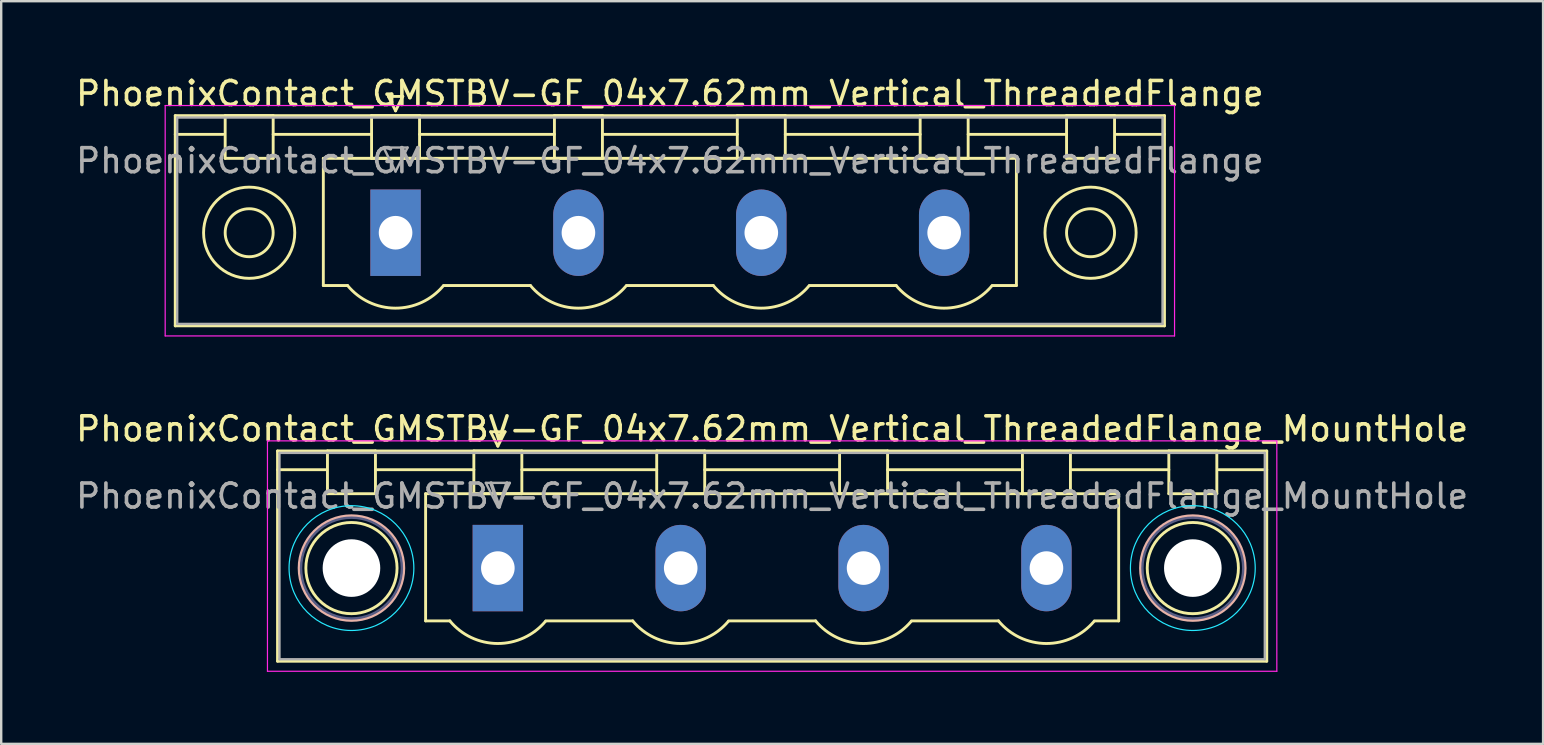
<source format=kicad_pcb>
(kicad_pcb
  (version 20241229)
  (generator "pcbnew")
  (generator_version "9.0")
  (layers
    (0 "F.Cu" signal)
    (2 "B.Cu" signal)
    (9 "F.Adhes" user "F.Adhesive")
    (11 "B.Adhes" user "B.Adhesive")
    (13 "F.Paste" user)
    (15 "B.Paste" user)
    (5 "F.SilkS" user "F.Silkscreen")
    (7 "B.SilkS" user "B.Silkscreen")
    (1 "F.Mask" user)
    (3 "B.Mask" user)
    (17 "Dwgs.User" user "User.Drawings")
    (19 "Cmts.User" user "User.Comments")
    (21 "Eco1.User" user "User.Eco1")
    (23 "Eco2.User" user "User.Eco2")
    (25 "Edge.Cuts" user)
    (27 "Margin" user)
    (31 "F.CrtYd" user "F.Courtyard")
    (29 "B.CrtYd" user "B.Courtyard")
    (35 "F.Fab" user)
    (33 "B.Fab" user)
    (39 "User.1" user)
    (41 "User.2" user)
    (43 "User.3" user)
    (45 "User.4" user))
  (footprint "PhoenixContact_GMSTBV-GF_04x7.62mm_Vertical_ThreadedFlange"
    (layer "F.Cu")
    (at 13.433 6.648)
    (property "Reference" "PhoenixContact_GMSTBV-GF_04x7.62mm_Vertical_ThreadedFlange" (at 11.43 -5.8 0) (layer "F.SilkS") (effects (font (size 1 1) (thickness 0.15))))
    (attr through_hole)
    (fp_line (start -9.18 -4.88) (end -9.18 3.88) (stroke (width 0.12) (type solid)) (layer "F.SilkS"))
    (fp_line (start -9.18 -4.1) (end -7.18 -4.1) (stroke (width 0.12) (type solid)) (layer "F.SilkS"))
    (fp_line (start -9.18 3.88) (end 32.04 3.88) (stroke (width 0.12) (type solid)) (layer "F.SilkS"))
    (fp_line (start -7.1 -4.88) (end -5.1 -4.88) (stroke (width 0.12) (type solid)) (layer "F.SilkS"))
    (fp_line (start -7.1 -3.1) (end -7.1 -4.88) (stroke (width 0.12) (type solid)) (layer "F.SilkS"))
    (fp_line (start -5.1 -4.88) (end -5.1 -3.1) (stroke (width 0.12) (type solid)) (layer "F.SilkS"))
    (fp_line (start -5.1 -4.1) (end -1 -4.1) (stroke (width 0.12) (type solid)) (layer "F.SilkS"))
    (fp_line (start -5.1 -3.1) (end -7.1 -3.1) (stroke (width 0.12) (type solid)) (layer "F.SilkS"))
    (fp_line (start -3.01 -3.1) (end 25.87 -3.1) (stroke (width 0.12) (type solid)) (layer "F.SilkS"))
    (fp_line (start -3.01 2.2) (end -3.01 -3.1) (stroke (width 0.12) (type solid)) (layer "F.SilkS"))
    (fp_line (start -2 2.2) (end -3.01 2.2) (stroke (width 0.12) (type solid)) (layer "F.SilkS"))
    (fp_line (start -1 -4.88) (end 1 -4.88) (stroke (width 0.12) (type solid)) (layer "F.SilkS"))
    (fp_line (start -1 -3.1) (end -1 -4.88) (stroke (width 0.12) (type solid)) (layer "F.SilkS"))
    (fp_line (start -0.3 -5.68) (end 0.3 -5.68) (stroke (width 0.12) (type solid)) (layer "F.SilkS"))
    (fp_line (start 0 -5.08) (end -0.3 -5.68) (stroke (width 0.12) (type solid)) (layer "F.SilkS"))
    (fp_line (start 0.3 -5.68) (end 0 -5.08) (stroke (width 0.12) (type solid)) (layer "F.SilkS"))
    (fp_line (start 1 -4.88) (end 1 -3.1) (stroke (width 0.12) (type solid)) (layer "F.SilkS"))
    (fp_line (start 1 -4.1) (end 6.62 -4.1) (stroke (width 0.12) (type solid)) (layer "F.SilkS"))
    (fp_line (start 1 -3.1) (end -1 -3.1) (stroke (width 0.12) (type solid)) (layer "F.SilkS"))
    (fp_line (start 2 2.2) (end 5.62 2.2) (stroke (width 0.12) (type solid)) (layer "F.SilkS"))
    (fp_line (start 6.62 -4.88) (end 8.62 -4.88) (stroke (width 0.12) (type solid)) (layer "F.SilkS"))
    (fp_line (start 6.62 -3.1) (end 6.62 -4.88) (stroke (width 0.12) (type solid)) (layer "F.SilkS"))
    (fp_line (start 8.62 -4.88) (end 8.62 -3.1) (stroke (width 0.12) (type solid)) (layer "F.SilkS"))
    (fp_line (start 8.62 -4.1) (end 14.24 -4.1) (stroke (width 0.12) (type solid)) (layer "F.SilkS"))
    (fp_line (start 8.62 -3.1) (end 6.62 -3.1) (stroke (width 0.12) (type solid)) (layer "F.SilkS"))
    (fp_line (start 9.62 2.2) (end 13.24 2.2) (stroke (width 0.12) (type solid)) (layer "F.SilkS"))
    (fp_line (start 14.24 -4.88) (end 16.24 -4.88) (stroke (width 0.12) (type solid)) (layer "F.SilkS"))
    (fp_line (start 14.24 -3.1) (end 14.24 -4.88) (stroke (width 0.12) (type solid)) (layer "F.SilkS"))
    (fp_line (start 16.24 -4.88) (end 16.24 -3.1) (stroke (width 0.12) (type solid)) (layer "F.SilkS"))
    (fp_line (start 16.24 -4.1) (end 21.86 -4.1) (stroke (width 0.12) (type solid)) (layer "F.SilkS"))
    (fp_line (start 16.24 -3.1) (end 14.24 -3.1) (stroke (width 0.12) (type solid)) (layer "F.SilkS"))
    (fp_line (start 17.24 2.2) (end 20.86 2.2) (stroke (width 0.12) (type solid)) (layer "F.SilkS"))
    (fp_line (start 21.86 -4.88) (end 23.86 -4.88) (stroke (width 0.12) (type solid)) (layer "F.SilkS"))
    (fp_line (start 21.86 -3.1) (end 21.86 -4.88) (stroke (width 0.12) (type solid)) (layer "F.SilkS"))
    (fp_line (start 23.86 -4.88) (end 23.86 -3.1) (stroke (width 0.12) (type solid)) (layer "F.SilkS"))
    (fp_line (start 23.86 -4.1) (end 27.96 -4.1) (stroke (width 0.12) (type solid)) (layer "F.SilkS"))
    (fp_line (start 23.86 -3.1) (end 21.86 -3.1) (stroke (width 0.12) (type solid)) (layer "F.SilkS"))
    (fp_line (start 25.87 -3.1) (end 25.87 2.2) (stroke (width 0.12) (type solid)) (layer "F.SilkS"))
    (fp_line (start 25.87 2.2) (end 24.86 2.2) (stroke (width 0.12) (type solid)) (layer "F.SilkS"))
    (fp_line (start 27.96 -4.88) (end 29.96 -4.88) (stroke (width 0.12) (type solid)) (layer "F.SilkS"))
    (fp_line (start 27.96 -3.1) (end 27.96 -4.88) (stroke (width 0.12) (type solid)) (layer "F.SilkS"))
    (fp_line (start 29.96 -4.88) (end 29.96 -3.1) (stroke (width 0.12) (type solid)) (layer "F.SilkS"))
    (fp_line (start 29.96 -3.1) (end 27.96 -3.1) (stroke (width 0.12) (type solid)) (layer "F.SilkS"))
    (fp_line (start 32.04 -4.88) (end -9.18 -4.88) (stroke (width 0.12) (type solid)) (layer "F.SilkS"))
    (fp_line (start 32.04 -4.1) (end 30.04 -4.1) (stroke (width 0.12) (type solid)) (layer "F.SilkS"))
    (fp_line (start 32.04 3.88) (end 32.04 -4.88) (stroke (width 0.12) (type solid)) (layer "F.SilkS"))
    (fp_arc (start 1.986842 2.215821) (mid -0.010289 3.142758) (end -2 2.2) (stroke (width 0.12) (type solid)) (layer "F.SilkS"))
    (fp_arc (start 9.606842 2.215821) (mid 7.609711 3.142758) (end 5.62 2.2) (stroke (width 0.12) (type solid)) (layer "F.SilkS"))
    (fp_arc (start 17.226842 2.215821) (mid 15.229711 3.142758) (end 13.24 2.2) (stroke (width 0.12) (type solid)) (layer "F.SilkS"))
    (fp_arc (start 24.846842 2.215821) (mid 22.849711 3.142758) (end 20.86 2.2) (stroke (width 0.12) (type solid)) (layer "F.SilkS"))
    (fp_circle (center -6.1 0) (end -5.1 0) (stroke (width 0.12) (type solid)) (fill no) (layer "F.SilkS"))
    (fp_circle (center -6.1 0) (end -4.2 0) (stroke (width 0.12) (type solid)) (fill no) (layer "F.SilkS"))
    (fp_circle (center 28.96 0) (end 29.96 0) (stroke (width 0.12) (type solid)) (fill no) (layer "F.SilkS"))
    (fp_circle (center 28.96 0) (end 30.86 0) (stroke (width 0.12) (type solid)) (fill no) (layer "F.SilkS"))
    (fp_line (start -9.6 -5.3) (end -9.6 4.3) (stroke (width 0.05) (type solid)) (layer "F.CrtYd"))
    (fp_line (start -9.6 4.3) (end 32.46 4.3) (stroke (width 0.05) (type solid)) (layer "F.CrtYd"))
    (fp_line (start 32.46 -5.3) (end -9.6 -5.3) (stroke (width 0.05) (type solid)) (layer "F.CrtYd"))
    (fp_line (start 32.46 4.3) (end 32.46 -5.3) (stroke (width 0.05) (type solid)) (layer "F.CrtYd"))
    (fp_line (start -9.1 -4.8) (end -9.1 3.8) (stroke (width 0.1) (type solid)) (layer "F.Fab"))
    (fp_line (start -9.1 3.8) (end 31.96 3.8) (stroke (width 0.1) (type solid)) (layer "F.Fab"))
    (fp_line (start -0.5 -3.55) (end 0.5 -3.55) (stroke (width 0.1) (type solid)) (layer "F.Fab"))
    (fp_line (start 0 -2.55) (end -0.5 -3.55) (stroke (width 0.1) (type solid)) (layer "F.Fab"))
    (fp_line (start 0.5 -3.55) (end 0 -2.55) (stroke (width 0.1) (type solid)) (layer "F.Fab"))
    (fp_line (start 31.96 -4.8) (end -9.1 -4.8) (stroke (width 0.1) (type solid)) (layer "F.Fab"))
    (fp_line (start 31.96 3.8) (end 31.96 -4.8) (stroke (width 0.1) (type solid)) (layer "F.Fab"))
    (fp_text user "${REFERENCE}" (at 11.43 -3 0) (layer "F.Fab") (effects (font (size 1 1) (thickness 0.15))))
    (pad "1" thru_hole rect (at 0 0) (size 2.1 3.6) (drill 1.4) (layers "*.Cu" "*.Mask"))
    (pad "2" thru_hole oval (at 7.62 0) (size 2.1 3.6) (drill 1.4) (layers "*.Cu" "*.Mask"))
    (pad "3" thru_hole oval (at 15.24 0) (size 2.1 3.6) (drill 1.4) (layers "*.Cu" "*.Mask"))
    (pad "4" thru_hole oval (at 22.86 0) (size 2.1 3.6) (drill 1.4) (layers "*.Cu" "*.Mask")))
  (footprint "PhoenixContact_GMSTBV-GF_04x7.62mm_Vertical_ThreadedFlange_MountHole"
    (layer "F.Cu")
    (at 17.695 20.622)
    (property "Reference" "PhoenixContact_GMSTBV-GF_04x7.62mm_Vertical_ThreadedFlange_MountHole" (at 11.43 -5.8 0) (layer "F.SilkS") (effects (font (size 1 1) (thickness 0.15))))
    (attr through_hole)
    (fp_line (start -9.18 -4.88) (end -9.18 3.88) (stroke (width 0.12) (type solid)) (layer "F.SilkS"))
    (fp_line (start -9.18 -4.1) (end -7.18 -4.1) (stroke (width 0.12) (type solid)) (layer "F.SilkS"))
    (fp_line (start -9.18 3.88) (end 32.04 3.88) (stroke (width 0.12) (type solid)) (layer "F.SilkS"))
    (fp_line (start -7.1 -4.88) (end -5.1 -4.88) (stroke (width 0.12) (type solid)) (layer "F.SilkS"))
    (fp_line (start -7.1 -3.1) (end -7.1 -4.88) (stroke (width 0.12) (type solid)) (layer "F.SilkS"))
    (fp_line (start -5.1 -4.88) (end -5.1 -3.1) (stroke (width 0.12) (type solid)) (layer "F.SilkS"))
    (fp_line (start -5.1 -4.1) (end -1 -4.1) (stroke (width 0.12) (type solid)) (layer "F.SilkS"))
    (fp_line (start -5.1 -3.1) (end -7.1 -3.1) (stroke (width 0.12) (type solid)) (layer "F.SilkS"))
    (fp_line (start -3.01 -3.1) (end 25.87 -3.1) (stroke (width 0.12) (type solid)) (layer "F.SilkS"))
    (fp_line (start -3.01 2.2) (end -3.01 -3.1) (stroke (width 0.12) (type solid)) (layer "F.SilkS"))
    (fp_line (start -2 2.2) (end -3.01 2.2) (stroke (width 0.12) (type solid)) (layer "F.SilkS"))
    (fp_line (start -1 -4.88) (end 1 -4.88) (stroke (width 0.12) (type solid)) (layer "F.SilkS"))
    (fp_line (start -1 -3.1) (end -1 -4.88) (stroke (width 0.12) (type solid)) (layer "F.SilkS"))
    (fp_line (start -0.3 -5.68) (end 0.3 -5.68) (stroke (width 0.12) (type solid)) (layer "F.SilkS"))
    (fp_line (start 0 -5.08) (end -0.3 -5.68) (stroke (width 0.12) (type solid)) (layer "F.SilkS"))
    (fp_line (start 0.3 -5.68) (end 0 -5.08) (stroke (width 0.12) (type solid)) (layer "F.SilkS"))
    (fp_line (start 1 -4.88) (end 1 -3.1) (stroke (width 0.12) (type solid)) (layer "F.SilkS"))
    (fp_line (start 1 -4.1) (end 6.62 -4.1) (stroke (width 0.12) (type solid)) (layer "F.SilkS"))
    (fp_line (start 1 -3.1) (end -1 -3.1) (stroke (width 0.12) (type solid)) (layer "F.SilkS"))
    (fp_line (start 2 2.2) (end 5.62 2.2) (stroke (width 0.12) (type solid)) (layer "F.SilkS"))
    (fp_line (start 6.62 -4.88) (end 8.62 -4.88) (stroke (width 0.12) (type solid)) (layer "F.SilkS"))
    (fp_line (start 6.62 -3.1) (end 6.62 -4.88) (stroke (width 0.12) (type solid)) (layer "F.SilkS"))
    (fp_line (start 8.62 -4.88) (end 8.62 -3.1) (stroke (width 0.12) (type solid)) (layer "F.SilkS"))
    (fp_line (start 8.62 -4.1) (end 14.24 -4.1) (stroke (width 0.12) (type solid)) (layer "F.SilkS"))
    (fp_line (start 8.62 -3.1) (end 6.62 -3.1) (stroke (width 0.12) (type solid)) (layer "F.SilkS"))
    (fp_line (start 9.62 2.2) (end 13.24 2.2) (stroke (width 0.12) (type solid)) (layer "F.SilkS"))
    (fp_line (start 14.24 -4.88) (end 16.24 -4.88) (stroke (width 0.12) (type solid)) (layer "F.SilkS"))
    (fp_line (start 14.24 -3.1) (end 14.24 -4.88) (stroke (width 0.12) (type solid)) (layer "F.SilkS"))
    (fp_line (start 16.24 -4.88) (end 16.24 -3.1) (stroke (width 0.12) (type solid)) (layer "F.SilkS"))
    (fp_line (start 16.24 -4.1) (end 21.86 -4.1) (stroke (width 0.12) (type solid)) (layer "F.SilkS"))
    (fp_line (start 16.24 -3.1) (end 14.24 -3.1) (stroke (width 0.12) (type solid)) (layer "F.SilkS"))
    (fp_line (start 17.24 2.2) (end 20.86 2.2) (stroke (width 0.12) (type solid)) (layer "F.SilkS"))
    (fp_line (start 21.86 -4.88) (end 23.86 -4.88) (stroke (width 0.12) (type solid)) (layer "F.SilkS"))
    (fp_line (start 21.86 -3.1) (end 21.86 -4.88) (stroke (width 0.12) (type solid)) (layer "F.SilkS"))
    (fp_line (start 23.86 -4.88) (end 23.86 -3.1) (stroke (width 0.12) (type solid)) (layer "F.SilkS"))
    (fp_line (start 23.86 -4.1) (end 27.96 -4.1) (stroke (width 0.12) (type solid)) (layer "F.SilkS"))
    (fp_line (start 23.86 -3.1) (end 21.86 -3.1) (stroke (width 0.12) (type solid)) (layer "F.SilkS"))
    (fp_line (start 25.87 -3.1) (end 25.87 2.2) (stroke (width 0.12) (type solid)) (layer "F.SilkS"))
    (fp_line (start 25.87 2.2) (end 24.86 2.2) (stroke (width 0.12) (type solid)) (layer "F.SilkS"))
    (fp_line (start 27.96 -4.88) (end 29.96 -4.88) (stroke (width 0.12) (type solid)) (layer "F.SilkS"))
    (fp_line (start 27.96 -3.1) (end 27.96 -4.88) (stroke (width 0.12) (type solid)) (layer "F.SilkS"))
    (fp_line (start 29.96 -4.88) (end 29.96 -3.1) (stroke (width 0.12) (type solid)) (layer "F.SilkS"))
    (fp_line (start 29.96 -3.1) (end 27.96 -3.1) (stroke (width 0.12) (type solid)) (layer "F.SilkS"))
    (fp_line (start 32.04 -4.88) (end -9.18 -4.88) (stroke (width 0.12) (type solid)) (layer "F.SilkS"))
    (fp_line (start 32.04 -4.1) (end 30.04 -4.1) (stroke (width 0.12) (type solid)) (layer "F.SilkS"))
    (fp_line (start 32.04 3.88) (end 32.04 -4.88) (stroke (width 0.12) (type solid)) (layer "F.SilkS"))
    (fp_arc (start 1.986842 2.215821) (mid -0.010289 3.142758) (end -2 2.2) (stroke (width 0.12) (type solid)) (layer "F.SilkS"))
    (fp_arc (start 9.606842 2.215821) (mid 7.609711 3.142758) (end 5.62 2.2) (stroke (width 0.12) (type solid)) (layer "F.SilkS"))
    (fp_arc (start 17.226842 2.215821) (mid 15.229711 3.142758) (end 13.24 2.2) (stroke (width 0.12) (type solid)) (layer "F.SilkS"))
    (fp_arc (start 24.846842 2.215821) (mid 22.849711 3.142758) (end 20.86 2.2) (stroke (width 0.12) (type solid)) (layer "F.SilkS"))
    (fp_circle (center -6.1 0) (end -4.2 0) (stroke (width 0.12) (type solid)) (fill no) (layer "F.SilkS"))
    (fp_circle (center 28.96 0) (end 30.86 0) (stroke (width 0.12) (type solid)) (fill no) (layer "F.SilkS"))
    (fp_circle (center -6.1 0) (end -3.92 0) (stroke (width 0.12) (type solid)) (fill no) (layer "B.SilkS"))
    (fp_circle (center 28.96 0) (end 31.14 0) (stroke (width 0.12) (type solid)) (fill no) (layer "B.SilkS"))
    (fp_circle (center -6.1 0) (end -3.5 0) (stroke (width 0.05) (type solid)) (fill no) (layer "B.CrtYd"))
    (fp_circle (center 28.96 0) (end 31.56 0) (stroke (width 0.05) (type solid)) (fill no) (layer "B.CrtYd"))
    (fp_line (start -9.6 -5.3) (end -9.6 4.3) (stroke (width 0.05) (type solid)) (layer "F.CrtYd"))
    (fp_line (start -9.6 4.3) (end 32.46 4.3) (stroke (width 0.05) (type solid)) (layer "F.CrtYd"))
    (fp_line (start 32.46 -5.3) (end -9.6 -5.3) (stroke (width 0.05) (type solid)) (layer "F.CrtYd"))
    (fp_line (start 32.46 4.3) (end 32.46 -5.3) (stroke (width 0.05) (type solid)) (layer "F.CrtYd"))
    (fp_circle (center -6.1 0) (end -4 0) (stroke (width 0.1) (type solid)) (fill no) (layer "B.Fab"))
    (fp_circle (center 28.96 0) (end 31.06 0) (stroke (width 0.1) (type solid)) (fill no) (layer "B.Fab"))
    (fp_line (start -9.1 -4.8) (end -9.1 3.8) (stroke (width 0.1) (type solid)) (layer "F.Fab"))
    (fp_line (start -9.1 3.8) (end 31.96 3.8) (stroke (width 0.1) (type solid)) (layer "F.Fab"))
    (fp_line (start -0.5 -3.55) (end 0.5 -3.55) (stroke (width 0.1) (type solid)) (layer "F.Fab"))
    (fp_line (start 0 -2.55) (end -0.5 -3.55) (stroke (width 0.1) (type solid)) (layer "F.Fab"))
    (fp_line (start 0.5 -3.55) (end 0 -2.55) (stroke (width 0.1) (type solid)) (layer "F.Fab"))
    (fp_line (start 31.96 -4.8) (end -9.1 -4.8) (stroke (width 0.1) (type solid)) (layer "F.Fab"))
    (fp_line (start 31.96 3.8) (end 31.96 -4.8) (stroke (width 0.1) (type solid)) (layer "F.Fab"))
    (fp_text user "${REFERENCE}" (at 11.43 -3 0) (layer "F.Fab") (effects (font (size 1 1) (thickness 0.15))))
    (pad "" np_thru_hole circle (at -6.1 0) (size 2.4 2.4) (drill 2.4) (layers "*.Cu" "*.Mask"))
    (pad "" np_thru_hole circle (at 28.96 0) (size 2.4 2.4) (drill 2.4) (layers "*.Cu" "*.Mask"))
    (pad "1" thru_hole rect (at 0 0) (size 2.1 3.6) (drill 1.4) (layers "*.Cu" "*.Mask"))
    (pad "2" thru_hole oval (at 7.62 0) (size 2.1 3.6) (drill 1.4) (layers "*.Cu" "*.Mask"))
    (pad "3" thru_hole oval (at 15.24 0) (size 2.1 3.6) (drill 1.4) (layers "*.Cu" "*.Mask"))
    (pad "4" thru_hole oval (at 22.86 0) (size 2.1 3.6) (drill 1.4) (layers "*.Cu" "*.Mask")))
  (gr_rect
    (start -3 -3)
    (end 61.25 27.947)
    (stroke (width 0.1) (type default))
    (fill no)
    (layer "Edge.Cuts")))
</source>
